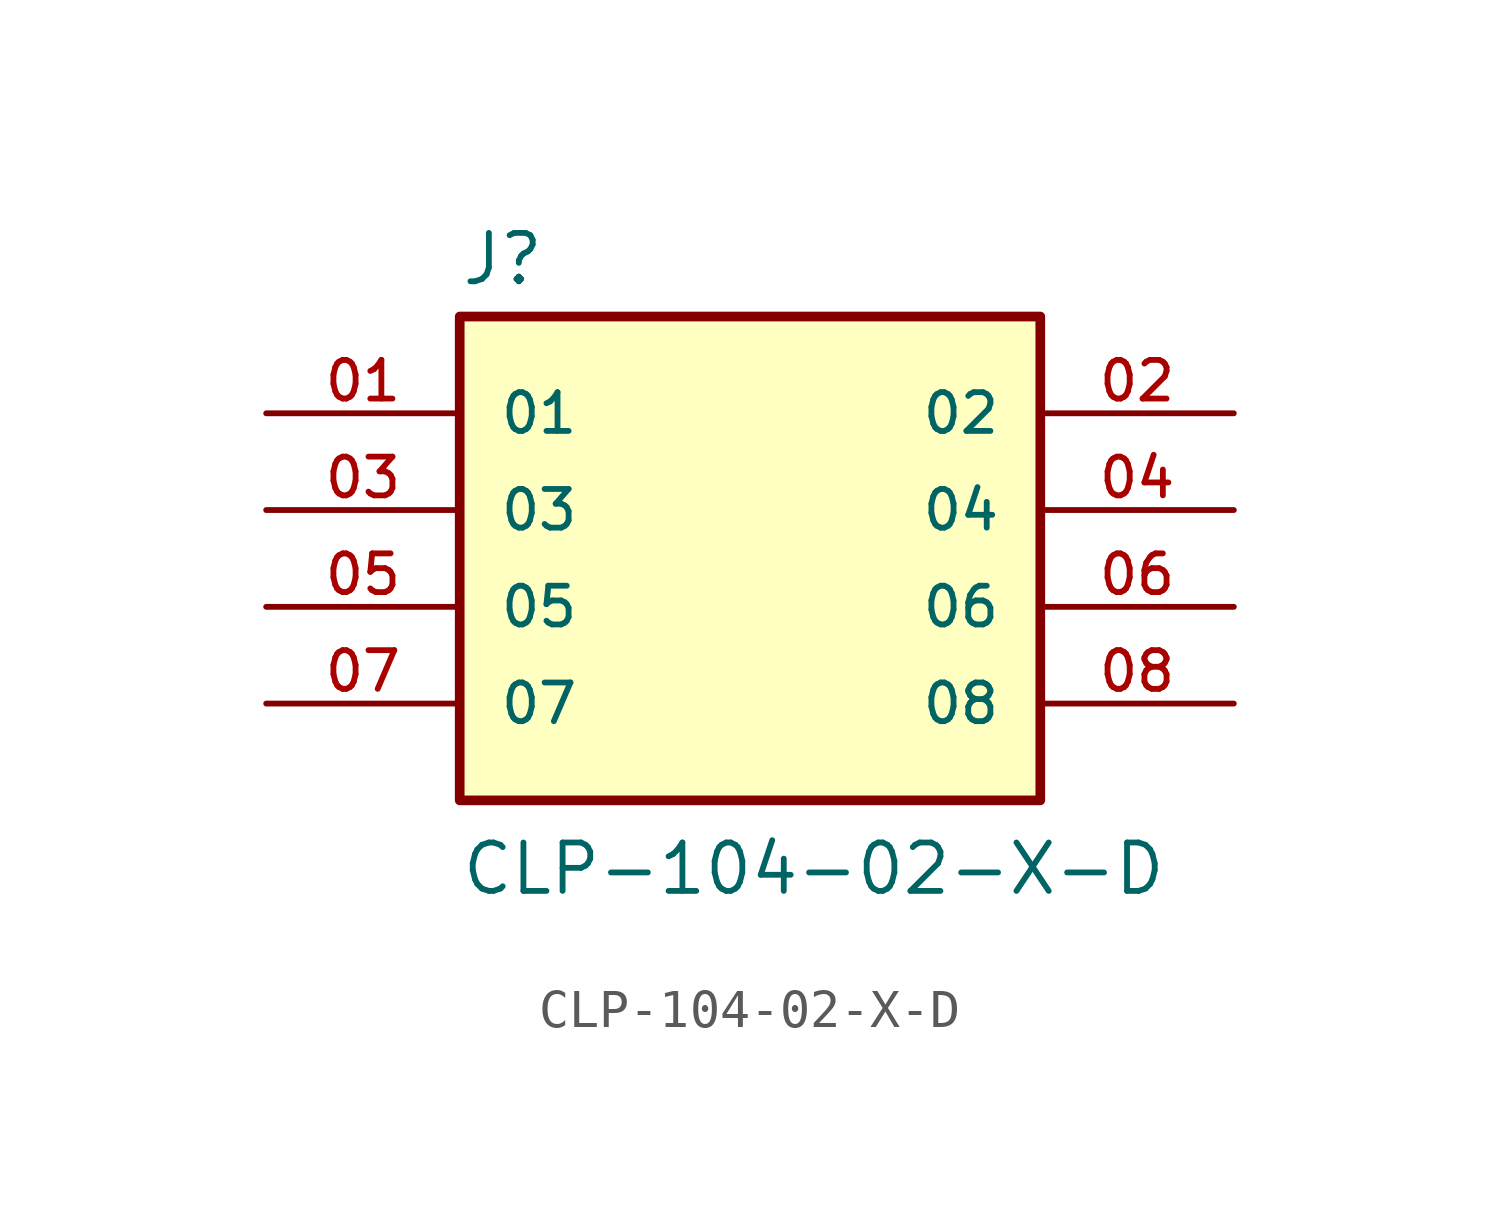
<source format=kicad_sym>
(kicad_symbol_lib
  (version 20211014)
  (generator kicad_symbol_editor)
  (symbol "CLP-104-02-X-D"
    (pin_names
      (offset 1.016))
    (property "Reference" "J"
      (at -7.62 5.842 0)
      (effects (font (size 1.27 1.27)) (justify bottom left)))
    (property "Value" "CLP-104-02-X-D"
      (at -7.62 -10.16 0)
      (effects (font (size 1.27 1.27)) (justify bottom left)))
    (symbol "CLP-104-02-X-D_0_0"
      (rectangle (start -7.62 -7.62) (end 7.62 5.08) (stroke (width 0.254)) (fill (type background)))
      (pin passive line (at -12.7 2.54 0) (length 5.08) (name "01" (effects (font (size 1.016 1.016)))) (number "01" (effects (font (size 1.016 1.016)))))
      (pin passive line (at 12.7 2.54 180.0) (length 5.08) (name "02" (effects (font (size 1.016 1.016)))) (number "02" (effects (font (size 1.016 1.016)))))
      (pin passive line (at -12.7 0.0 0) (length 5.08) (name "03" (effects (font (size 1.016 1.016)))) (number "03" (effects (font (size 1.016 1.016)))))
      (pin passive line (at 12.7 0.0 180.0) (length 5.08) (name "04" (effects (font (size 1.016 1.016)))) (number "04" (effects (font (size 1.016 1.016)))))
      (pin passive line (at -12.7 -2.54 0) (length 5.08) (name "05" (effects (font (size 1.016 1.016)))) (number "05" (effects (font (size 1.016 1.016)))))
      (pin passive line (at 12.7 -2.54 180.0) (length 5.08) (name "06" (effects (font (size 1.016 1.016)))) (number "06" (effects (font (size 1.016 1.016)))))
      (pin passive line (at -12.7 -5.08 0) (length 5.08) (name "07" (effects (font (size 1.016 1.016)))) (number "07" (effects (font (size 1.016 1.016)))))
      (pin passive line (at 12.7 -5.08 180.0) (length 5.08) (name "08" (effects (font (size 1.016 1.016)))) (number "08" (effects (font (size 1.016 1.016))))))))
</source>
